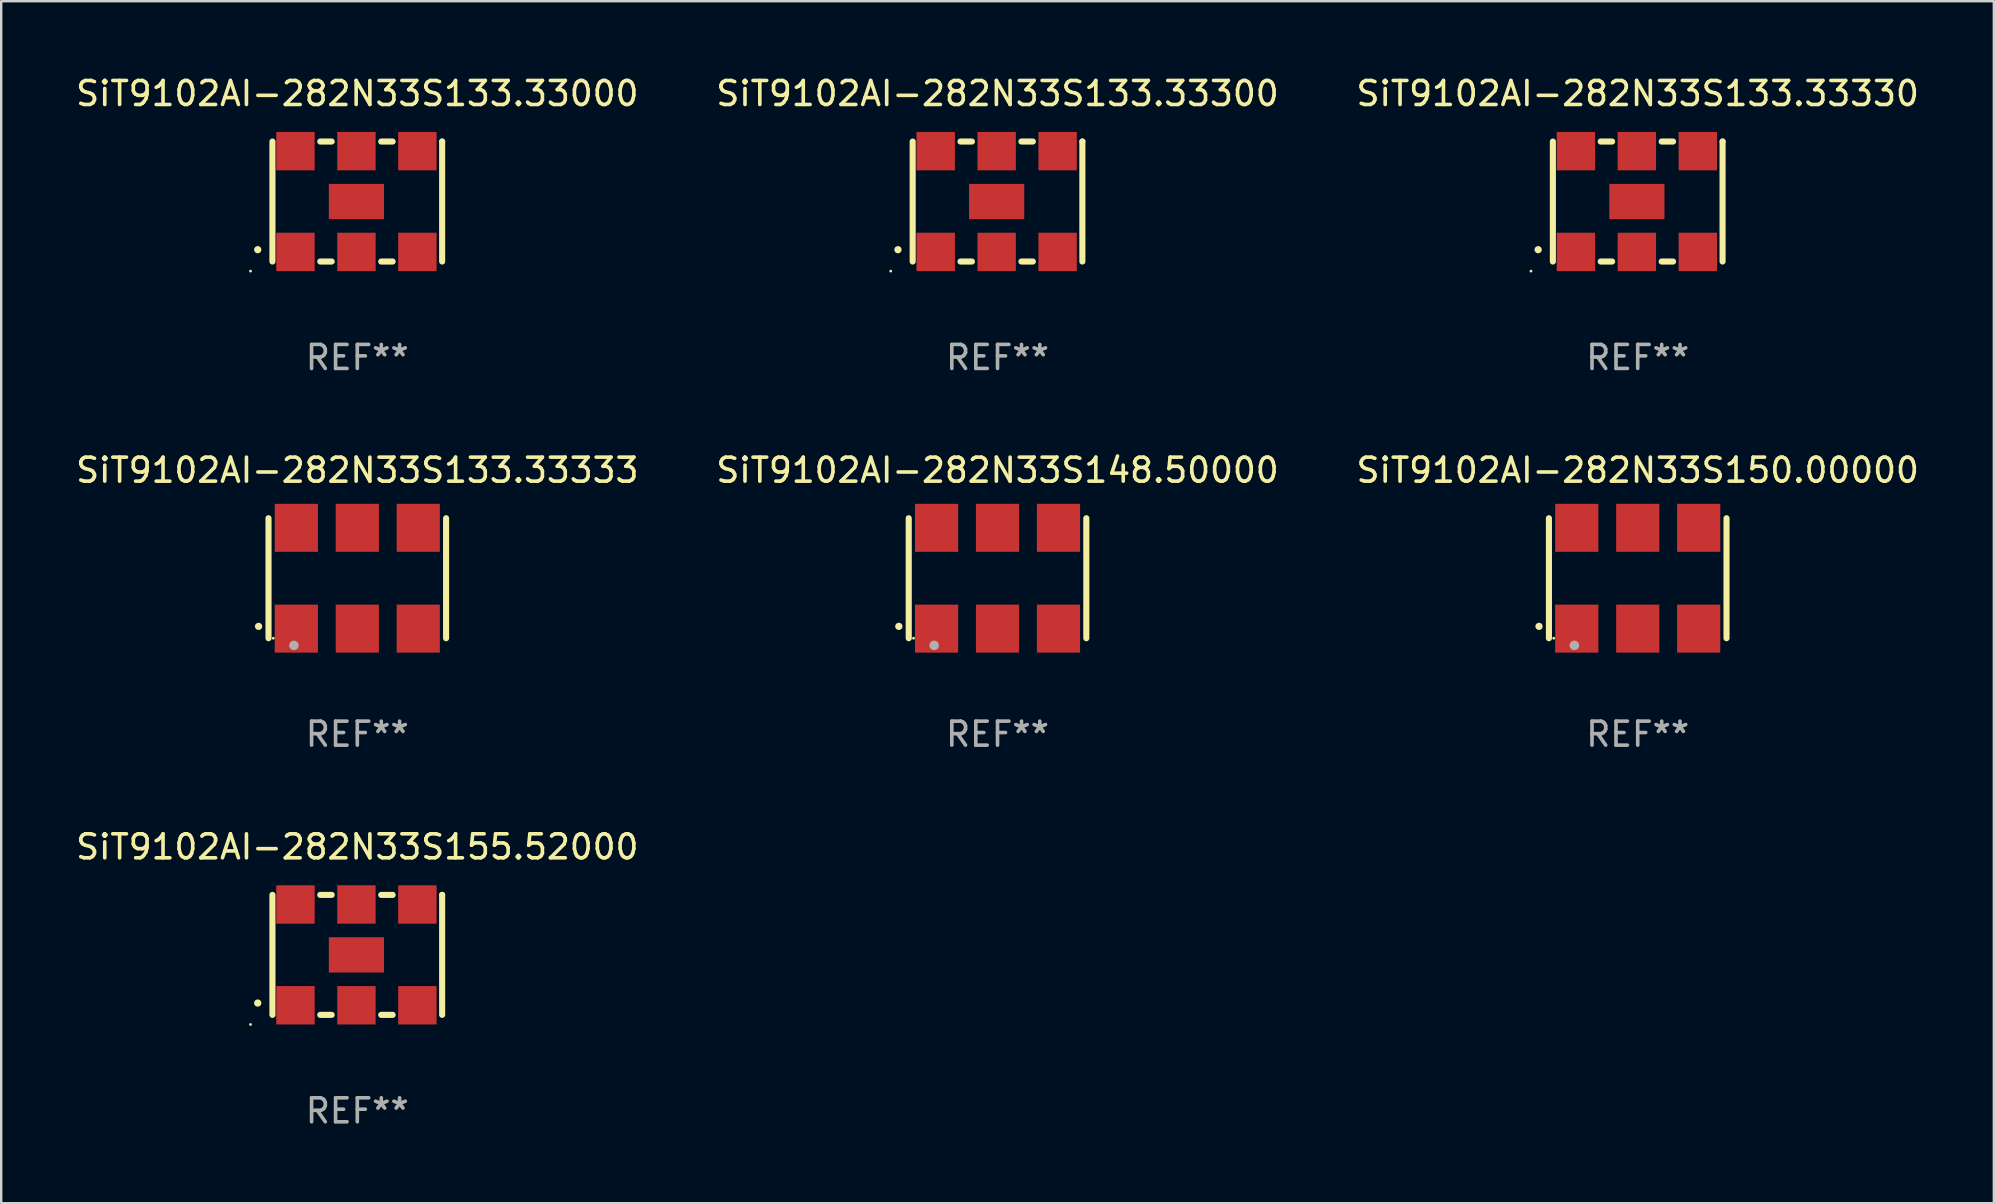
<source format=kicad_pcb>
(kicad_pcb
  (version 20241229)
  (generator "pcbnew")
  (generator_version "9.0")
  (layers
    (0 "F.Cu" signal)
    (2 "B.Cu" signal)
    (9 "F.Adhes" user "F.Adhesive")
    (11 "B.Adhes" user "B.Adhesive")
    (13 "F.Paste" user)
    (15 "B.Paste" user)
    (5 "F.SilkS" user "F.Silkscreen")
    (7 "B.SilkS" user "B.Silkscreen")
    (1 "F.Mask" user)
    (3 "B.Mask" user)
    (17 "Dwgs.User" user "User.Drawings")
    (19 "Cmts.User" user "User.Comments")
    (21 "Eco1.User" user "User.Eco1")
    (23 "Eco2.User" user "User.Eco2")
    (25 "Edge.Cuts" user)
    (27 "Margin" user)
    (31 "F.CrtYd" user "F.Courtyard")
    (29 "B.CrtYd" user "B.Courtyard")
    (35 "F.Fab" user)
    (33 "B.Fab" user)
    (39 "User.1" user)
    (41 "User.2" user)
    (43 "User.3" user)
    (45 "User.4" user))
  (footprint "SiT9102AI-282N33S133.33000"
    (layer "F.Cu")
    (at 11.839 5.348)
    (property "Reference" "SiT9102AI-282N33S133.33000" (at 0 -4.5 0) (layer "F.SilkS") (effects (font (size 1 1) (thickness 0.15))))
    (attr through_hole)
    (fp_line (start -3.536 -2.5) (end -3.536 2.5) (stroke (width 0.254) (type solid)) (layer "F.SilkS"))
    (fp_line (start -1.544 2.5) (end -1.067 2.5) (stroke (width 0.254) (type solid)) (layer "F.SilkS"))
    (fp_line (start -1.067 -2.5) (end -1.544 -2.5) (stroke (width 0.254) (type solid)) (layer "F.SilkS"))
    (fp_line (start 0.996 2.5) (end 1.473 2.5) (stroke (width 0.254) (type solid)) (layer "F.SilkS"))
    (fp_line (start 1.473 -2.5) (end 0.996 -2.5) (stroke (width 0.254) (type solid)) (layer "F.SilkS"))
    (fp_line (start 3.536 -2.5) (end 3.536 -2.5) (stroke (width 0.254) (type solid)) (layer "F.SilkS"))
    (fp_line (start 3.536 2.5) (end 3.536 -2.5) (stroke (width 0.254) (type solid)) (layer "F.SilkS"))
    (fp_arc (start -4.150432 2.006604) (mid -4.149162 2.006599) (end -4.147892 2.006604) (stroke (width 0.3) (type solid)) (layer "F.SilkS"))
    (fp_circle (center -4.449 2.9) (end -4.419 2.9) (stroke (width 0.06) (type solid)) (fill no) (layer "F.SilkS"))
    (fp_text user "REF**" (at 0 6.5 0) (layer "F.Fab") (effects (font (size 1 1) (thickness 0.15))))
    (pad "1" smd rect (at -2.576 2.1) (size 1.6 1.6) (layers "F.Cu" "F.Mask" "F.Paste"))
    (pad "2" smd rect (at -0.036 2.1) (size 1.6 1.6) (layers "F.Cu" "F.Mask" "F.Paste"))
    (pad "3" smd rect (at 2.504 2.1) (size 1.6 1.6) (layers "F.Cu" "F.Mask" "F.Paste"))
    (pad "4" smd rect (at 2.504 -2.1) (size 1.6 1.6) (layers "F.Cu" "F.Mask" "F.Paste"))
    (pad "5" smd rect (at -0.036 -2.1) (size 1.6 1.6) (layers "F.Cu" "F.Mask" "F.Paste"))
    (pad "6" smd rect (at -2.576 -2.1) (size 1.6 1.6) (layers "F.Cu" "F.Mask" "F.Paste"))
    (pad "7" smd rect (at -0.036 0) (size 2.3 1.47) (layers "F.Cu" "F.Mask" "F.Paste")))
  (footprint "SiT9102AI-282N33S155.52000"
    (layer "F.Cu")
    (at 11.839 36.741)
    (property "Reference" "SiT9102AI-282N33S155.52000" (at 0 -4.5 0) (layer "F.SilkS") (effects (font (size 1 1) (thickness 0.15))))
    (attr through_hole)
    (fp_line (start -3.536 -2.5) (end -3.536 2.5) (stroke (width 0.254) (type solid)) (layer "F.SilkS"))
    (fp_line (start -1.544 2.5) (end -1.067 2.5) (stroke (width 0.254) (type solid)) (layer "F.SilkS"))
    (fp_line (start -1.067 -2.5) (end -1.544 -2.5) (stroke (width 0.254) (type solid)) (layer "F.SilkS"))
    (fp_line (start 0.996 2.5) (end 1.473 2.5) (stroke (width 0.254) (type solid)) (layer "F.SilkS"))
    (fp_line (start 1.473 -2.5) (end 0.996 -2.5) (stroke (width 0.254) (type solid)) (layer "F.SilkS"))
    (fp_line (start 3.536 -2.5) (end 3.536 -2.5) (stroke (width 0.254) (type solid)) (layer "F.SilkS"))
    (fp_line (start 3.536 2.5) (end 3.536 -2.5) (stroke (width 0.254) (type solid)) (layer "F.SilkS"))
    (fp_arc (start -4.150432 2.006604) (mid -4.149162 2.006599) (end -4.147892 2.006604) (stroke (width 0.3) (type solid)) (layer "F.SilkS"))
    (fp_circle (center -4.449 2.9) (end -4.419 2.9) (stroke (width 0.06) (type solid)) (fill no) (layer "F.SilkS"))
    (fp_text user "REF**" (at 0 6.5 0) (layer "F.Fab") (effects (font (size 1 1) (thickness 0.15))))
    (pad "1" smd rect (at -2.576 2.1) (size 1.6 1.6) (layers "F.Cu" "F.Mask" "F.Paste"))
    (pad "2" smd rect (at -0.036 2.1) (size 1.6 1.6) (layers "F.Cu" "F.Mask" "F.Paste"))
    (pad "3" smd rect (at 2.504 2.1) (size 1.6 1.6) (layers "F.Cu" "F.Mask" "F.Paste"))
    (pad "4" smd rect (at 2.504 -2.1) (size 1.6 1.6) (layers "F.Cu" "F.Mask" "F.Paste"))
    (pad "5" smd rect (at -0.036 -2.1) (size 1.6 1.6) (layers "F.Cu" "F.Mask" "F.Paste"))
    (pad "6" smd rect (at -2.576 -2.1) (size 1.6 1.6) (layers "F.Cu" "F.Mask" "F.Paste"))
    (pad "7" smd rect (at -0.036 0) (size 2.3 1.47) (layers "F.Cu" "F.Mask" "F.Paste")))
  (footprint "SiT9102AI-282N33S133.33330"
    (layer "F.Cu")
    (at 65.196 5.348)
    (property "Reference" "SiT9102AI-282N33S133.33330" (at 0 -4.5 0) (layer "F.SilkS") (effects (font (size 1 1) (thickness 0.15))))
    (attr through_hole)
    (fp_line (start -3.536 -2.5) (end -3.536 2.5) (stroke (width 0.254) (type solid)) (layer "F.SilkS"))
    (fp_line (start -1.544 2.5) (end -1.067 2.5) (stroke (width 0.254) (type solid)) (layer "F.SilkS"))
    (fp_line (start -1.067 -2.5) (end -1.544 -2.5) (stroke (width 0.254) (type solid)) (layer "F.SilkS"))
    (fp_line (start 0.996 2.5) (end 1.473 2.5) (stroke (width 0.254) (type solid)) (layer "F.SilkS"))
    (fp_line (start 1.473 -2.5) (end 0.996 -2.5) (stroke (width 0.254) (type solid)) (layer "F.SilkS"))
    (fp_line (start 3.536 -2.5) (end 3.536 -2.5) (stroke (width 0.254) (type solid)) (layer "F.SilkS"))
    (fp_line (start 3.536 2.5) (end 3.536 -2.5) (stroke (width 0.254) (type solid)) (layer "F.SilkS"))
    (fp_arc (start -4.150432 2.006604) (mid -4.149162 2.006599) (end -4.147892 2.006604) (stroke (width 0.3) (type solid)) (layer "F.SilkS"))
    (fp_circle (center -4.449 2.9) (end -4.419 2.9) (stroke (width 0.06) (type solid)) (fill no) (layer "F.SilkS"))
    (fp_text user "REF**" (at 0 6.5 0) (layer "F.Fab") (effects (font (size 1 1) (thickness 0.15))))
    (pad "1" smd rect (at -2.576 2.1) (size 1.6 1.6) (layers "F.Cu" "F.Mask" "F.Paste"))
    (pad "2" smd rect (at -0.036 2.1) (size 1.6 1.6) (layers "F.Cu" "F.Mask" "F.Paste"))
    (pad "3" smd rect (at 2.504 2.1) (size 1.6 1.6) (layers "F.Cu" "F.Mask" "F.Paste"))
    (pad "4" smd rect (at 2.504 -2.1) (size 1.6 1.6) (layers "F.Cu" "F.Mask" "F.Paste"))
    (pad "5" smd rect (at -0.036 -2.1) (size 1.6 1.6) (layers "F.Cu" "F.Mask" "F.Paste"))
    (pad "6" smd rect (at -2.576 -2.1) (size 1.6 1.6) (layers "F.Cu" "F.Mask" "F.Paste"))
    (pad "7" smd rect (at -0.036 0) (size 2.3 1.47) (layers "F.Cu" "F.Mask" "F.Paste")))
  (footprint "SiT9102AI-282N33S148.50000"
    (layer "F.Cu")
    (at 38.518 21.045)
    (property "Reference" "SiT9102AI-282N33S148.50000" (at 0 -4.5 0) (layer "F.SilkS") (effects (font (size 1 1) (thickness 0.15))))
    (attr through_hole)
    (fp_line (start -3.7 -2.5) (end -3.7 2.5) (stroke (width 0.254) (type solid)) (layer "F.SilkS"))
    (fp_line (start 3.7 -2.5) (end 3.7 2.5) (stroke (width 0.254) (type solid)) (layer "F.SilkS"))
    (fp_arc (start -4.114415 2.006604) (mid -4.113145 2.006599) (end -4.111875 2.006604) (stroke (width 0.3) (type solid)) (layer "F.SilkS"))
    (fp_circle (center -3.5 2.501) (end -3.47 2.501) (stroke (width 0.06) (type solid)) (fill no) (layer "F.SilkS"))
    (fp_circle (center -2.641 2.799) (end -2.541 2.799) (stroke (width 0.2) (type solid)) (fill no) (layer "F.Fab"))
    (fp_text user "REF**" (at 0 6.5 0) (layer "F.Fab") (effects (font (size 1 1) (thickness 0.15))))
    (pad "1" smd rect (at -2.54 2.1) (size 1.8 2) (layers "F.Cu" "F.Mask" "F.Paste"))
    (pad "2" smd rect (at 0.000394 2.1) (size 1.8 2) (layers "F.Cu" "F.Mask" "F.Paste"))
    (pad "3" smd rect (at 2.54 2.1) (size 1.8 2) (layers "F.Cu" "F.Mask" "F.Paste"))
    (pad "4" smd rect (at 2.54 -2.1) (size 1.8 2) (layers "F.Cu" "F.Mask" "F.Paste"))
    (pad "5" smd rect (at 0.000394 -2.1) (size 1.8 2) (layers "F.Cu" "F.Mask" "F.Paste"))
    (pad "6" smd rect (at -2.54 -2.1) (size 1.8 2) (layers "F.Cu" "F.Mask" "F.Paste")))
  (footprint "SiT9102AI-282N33S150.00000"
    (layer "F.Cu")
    (at 65.196 21.045)
    (property "Reference" "SiT9102AI-282N33S150.00000" (at 0 -4.5 0) (layer "F.SilkS") (effects (font (size 1 1) (thickness 0.15))))
    (attr through_hole)
    (fp_line (start -3.7 -2.5) (end -3.7 2.5) (stroke (width 0.254) (type solid)) (layer "F.SilkS"))
    (fp_line (start 3.7 -2.5) (end 3.7 2.5) (stroke (width 0.254) (type solid)) (layer "F.SilkS"))
    (fp_arc (start -4.114415 2.006604) (mid -4.113145 2.006599) (end -4.111875 2.006604) (stroke (width 0.3) (type solid)) (layer "F.SilkS"))
    (fp_circle (center -3.5 2.501) (end -3.47 2.501) (stroke (width 0.06) (type solid)) (fill no) (layer "F.SilkS"))
    (fp_circle (center -2.641 2.799) (end -2.541 2.799) (stroke (width 0.2) (type solid)) (fill no) (layer "F.Fab"))
    (fp_text user "REF**" (at 0 6.5 0) (layer "F.Fab") (effects (font (size 1 1) (thickness 0.15))))
    (pad "1" smd rect (at -2.54 2.1) (size 1.8 2) (layers "F.Cu" "F.Mask" "F.Paste"))
    (pad "2" smd rect (at 0.000394 2.1) (size 1.8 2) (layers "F.Cu" "F.Mask" "F.Paste"))
    (pad "3" smd rect (at 2.54 2.1) (size 1.8 2) (layers "F.Cu" "F.Mask" "F.Paste"))
    (pad "4" smd rect (at 2.54 -2.1) (size 1.8 2) (layers "F.Cu" "F.Mask" "F.Paste"))
    (pad "5" smd rect (at 0.000394 -2.1) (size 1.8 2) (layers "F.Cu" "F.Mask" "F.Paste"))
    (pad "6" smd rect (at -2.54 -2.1) (size 1.8 2) (layers "F.Cu" "F.Mask" "F.Paste")))
  (footprint "SiT9102AI-282N33S133.33300"
    (layer "F.Cu")
    (at 38.518 5.348)
    (property "Reference" "SiT9102AI-282N33S133.33300" (at 0 -4.5 0) (layer "F.SilkS") (effects (font (size 1 1) (thickness 0.15))))
    (attr through_hole)
    (fp_line (start -3.536 -2.5) (end -3.536 2.5) (stroke (width 0.254) (type solid)) (layer "F.SilkS"))
    (fp_line (start -1.544 2.5) (end -1.067 2.5) (stroke (width 0.254) (type solid)) (layer "F.SilkS"))
    (fp_line (start -1.067 -2.5) (end -1.544 -2.5) (stroke (width 0.254) (type solid)) (layer "F.SilkS"))
    (fp_line (start 0.996 2.5) (end 1.473 2.5) (stroke (width 0.254) (type solid)) (layer "F.SilkS"))
    (fp_line (start 1.473 -2.5) (end 0.996 -2.5) (stroke (width 0.254) (type solid)) (layer "F.SilkS"))
    (fp_line (start 3.536 -2.5) (end 3.536 -2.5) (stroke (width 0.254) (type solid)) (layer "F.SilkS"))
    (fp_line (start 3.536 2.5) (end 3.536 -2.5) (stroke (width 0.254) (type solid)) (layer "F.SilkS"))
    (fp_arc (start -4.150432 2.006604) (mid -4.149162 2.006599) (end -4.147892 2.006604) (stroke (width 0.3) (type solid)) (layer "F.SilkS"))
    (fp_circle (center -4.449 2.9) (end -4.419 2.9) (stroke (width 0.06) (type solid)) (fill no) (layer "F.SilkS"))
    (fp_text user "REF**" (at 0 6.5 0) (layer "F.Fab") (effects (font (size 1 1) (thickness 0.15))))
    (pad "1" smd rect (at -2.576 2.1) (size 1.6 1.6) (layers "F.Cu" "F.Mask" "F.Paste"))
    (pad "2" smd rect (at -0.036 2.1) (size 1.6 1.6) (layers "F.Cu" "F.Mask" "F.Paste"))
    (pad "3" smd rect (at 2.504 2.1) (size 1.6 1.6) (layers "F.Cu" "F.Mask" "F.Paste"))
    (pad "4" smd rect (at 2.504 -2.1) (size 1.6 1.6) (layers "F.Cu" "F.Mask" "F.Paste"))
    (pad "5" smd rect (at -0.036 -2.1) (size 1.6 1.6) (layers "F.Cu" "F.Mask" "F.Paste"))
    (pad "6" smd rect (at -2.576 -2.1) (size 1.6 1.6) (layers "F.Cu" "F.Mask" "F.Paste"))
    (pad "7" smd rect (at -0.036 0) (size 2.3 1.47) (layers "F.Cu" "F.Mask" "F.Paste")))
  (footprint "SiT9102AI-282N33S133.33333"
    (layer "F.Cu")
    (at 11.839 21.045)
    (property "Reference" "SiT9102AI-282N33S133.33333" (at 0 -4.5 0) (layer "F.SilkS") (effects (font (size 1 1) (thickness 0.15))))
    (attr through_hole)
    (fp_line (start -3.7 -2.5) (end -3.7 2.5) (stroke (width 0.254) (type solid)) (layer "F.SilkS"))
    (fp_line (start 3.7 -2.5) (end 3.7 2.5) (stroke (width 0.254) (type solid)) (layer "F.SilkS"))
    (fp_arc (start -4.114415 2.006604) (mid -4.113145 2.006599) (end -4.111875 2.006604) (stroke (width 0.3) (type solid)) (layer "F.SilkS"))
    (fp_circle (center -3.5 2.501) (end -3.47 2.501) (stroke (width 0.06) (type solid)) (fill no) (layer "F.SilkS"))
    (fp_circle (center -2.641 2.799) (end -2.541 2.799) (stroke (width 0.2) (type solid)) (fill no) (layer "F.Fab"))
    (fp_text user "REF**" (at 0 6.5 0) (layer "F.Fab") (effects (font (size 1 1) (thickness 0.15))))
    (pad "1" smd rect (at -2.54 2.1) (size 1.8 2) (layers "F.Cu" "F.Mask" "F.Paste"))
    (pad "2" smd rect (at 0.000394 2.1) (size 1.8 2) (layers "F.Cu" "F.Mask" "F.Paste"))
    (pad "3" smd rect (at 2.54 2.1) (size 1.8 2) (layers "F.Cu" "F.Mask" "F.Paste"))
    (pad "4" smd rect (at 2.54 -2.1) (size 1.8 2) (layers "F.Cu" "F.Mask" "F.Paste"))
    (pad "5" smd rect (at 0.000394 -2.1) (size 1.8 2) (layers "F.Cu" "F.Mask" "F.Paste"))
    (pad "6" smd rect (at -2.54 -2.1) (size 1.8 2) (layers "F.Cu" "F.Mask" "F.Paste")))
  (gr_rect
    (start -3 -3)
    (end 80.036 47.09)
    (stroke (width 0.1) (type default))
    (fill no)
    (layer "Edge.Cuts")))
</source>
